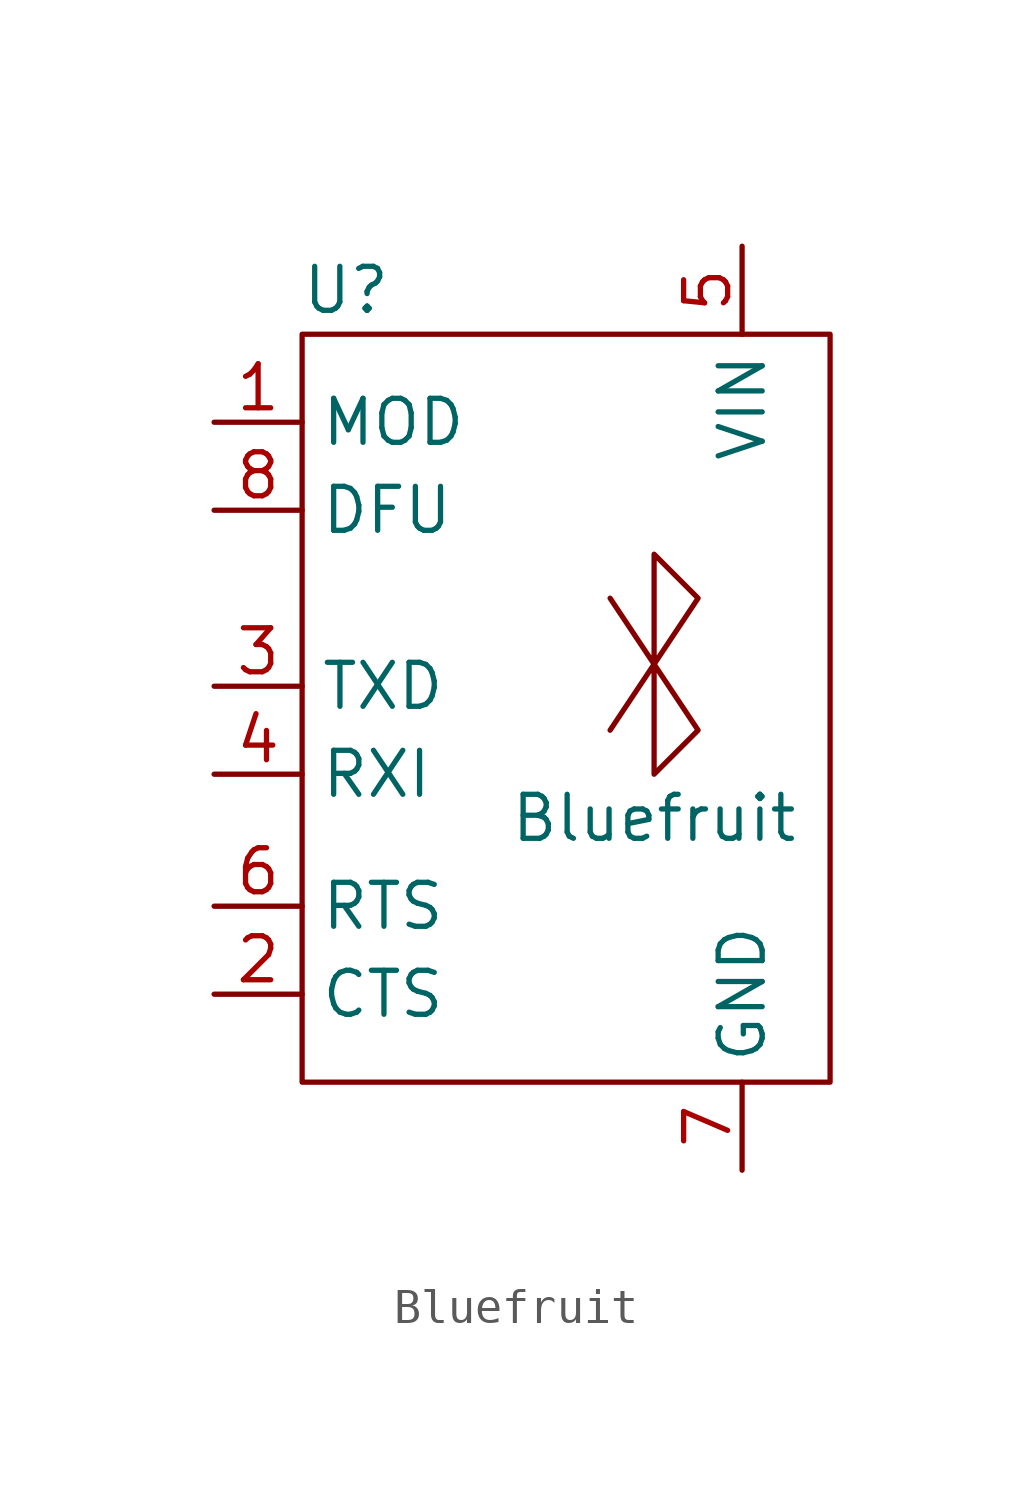
<source format=kicad_sym>
(kicad_symbol_lib
  (version 20211014)
  (generator kicad_symbol_editor)
  (symbol "Bluefruit"
    (property "Reference" "U"
      (at 3.81 20.32 0)
      (effects (font (size 1.27 1.27))))
    (property "Value" "Bluefruit"
      (at 12.7 5.08 0)
      (effects (font (size 1.27 1.27))))
    (symbol "Bluefruit_0_1"
      (polyline (pts (xy 11.43 11.43) (xy 13.97 7.62) (xy 12.7 6.35) (xy 12.7 12.7) (xy 13.97 11.43) (xy 11.43 7.62)) (stroke (width 0) (type default)) (fill (type none)))
      (rectangle (start 2.54 19.05) (end 17.78 -2.54) (stroke (width 0) (type default)) (fill (type none))))
    (symbol "Bluefruit_1_1"
      (pin input line (at 0 16.51 0) (length 2.54) (name "MOD" (effects (font (size 1.27 1.27)))) (number "1" (effects (font (size 1.27 1.27)))))
      (pin input line (at 0 0 0) (length 2.54) (name "CTS" (effects (font (size 1.27 1.27)))) (number "2" (effects (font (size 1.27 1.27)))))
      (pin output line (at 0 8.89 0) (length 2.54) (name "TXD" (effects (font (size 1.27 1.27)))) (number "3" (effects (font (size 1.27 1.27)))))
      (pin input line (at 0 6.35 0) (length 2.54) (name "RXI" (effects (font (size 1.27 1.27)))) (number "4" (effects (font (size 1.27 1.27)))))
      (pin power_in line (at 15.24 21.59 270) (length 2.54) (name "VIN" (effects (font (size 1.27 1.27)))) (number "5" (effects (font (size 1.27 1.27)))))
      (pin output line (at 0 2.54 0) (length 2.54) (name "RTS" (effects (font (size 1.27 1.27)))) (number "6" (effects (font (size 1.27 1.27)))))
      (pin power_in line (at 15.24 -5.08 90) (length 2.54) (name "GND" (effects (font (size 1.27 1.27)))) (number "7" (effects (font (size 1.27 1.27)))))
      (pin input line (at 0 13.97 0) (length 2.54) (name "DFU" (effects (font (size 1.27 1.27)))) (number "8" (effects (font (size 1.27 1.27))))))))
</source>
